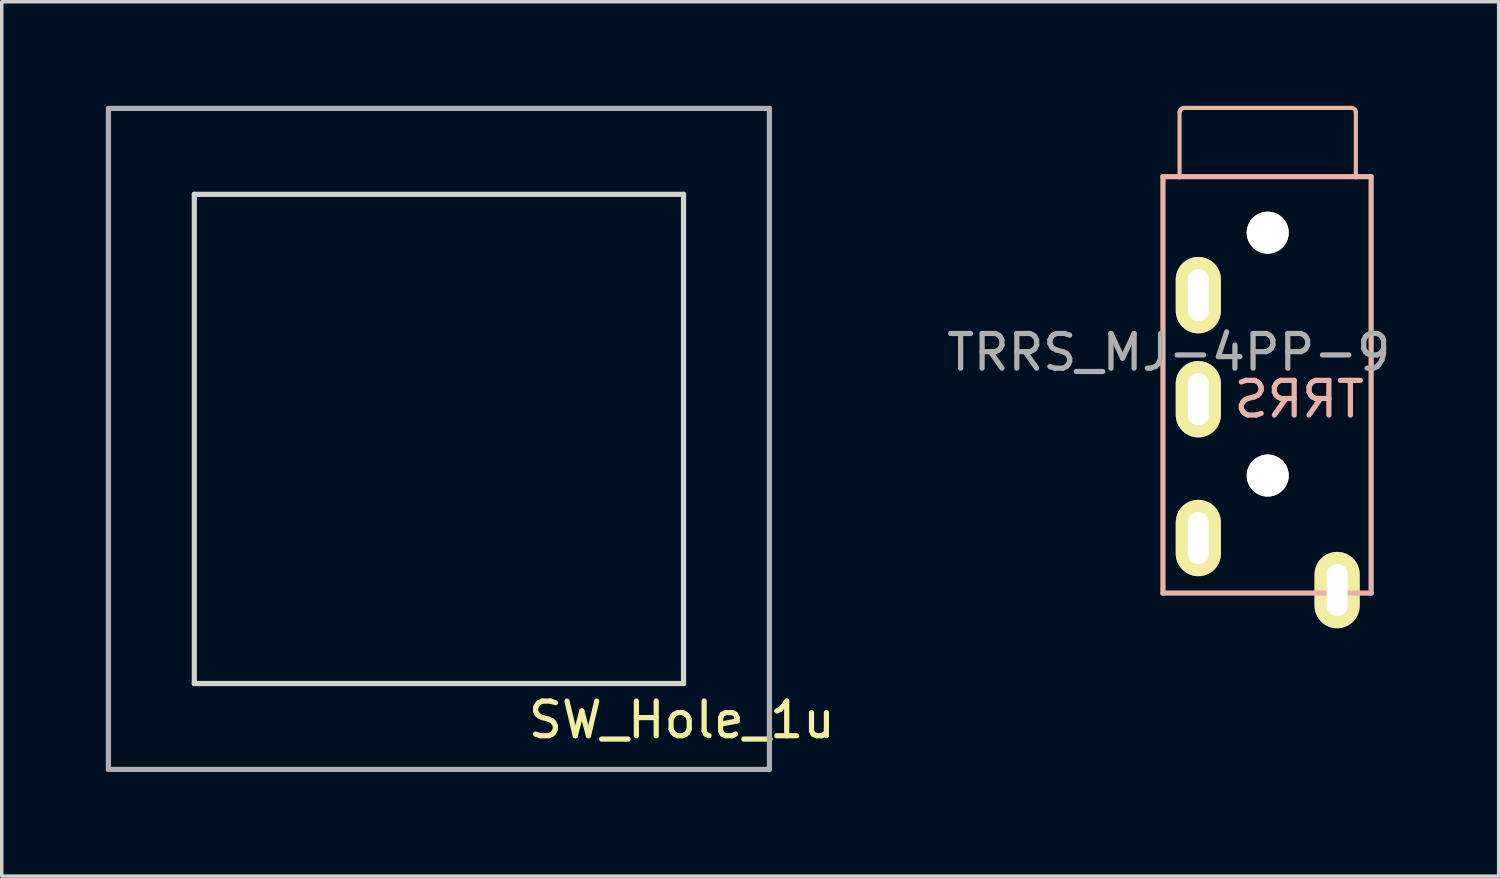
<source format=kicad_pcb>
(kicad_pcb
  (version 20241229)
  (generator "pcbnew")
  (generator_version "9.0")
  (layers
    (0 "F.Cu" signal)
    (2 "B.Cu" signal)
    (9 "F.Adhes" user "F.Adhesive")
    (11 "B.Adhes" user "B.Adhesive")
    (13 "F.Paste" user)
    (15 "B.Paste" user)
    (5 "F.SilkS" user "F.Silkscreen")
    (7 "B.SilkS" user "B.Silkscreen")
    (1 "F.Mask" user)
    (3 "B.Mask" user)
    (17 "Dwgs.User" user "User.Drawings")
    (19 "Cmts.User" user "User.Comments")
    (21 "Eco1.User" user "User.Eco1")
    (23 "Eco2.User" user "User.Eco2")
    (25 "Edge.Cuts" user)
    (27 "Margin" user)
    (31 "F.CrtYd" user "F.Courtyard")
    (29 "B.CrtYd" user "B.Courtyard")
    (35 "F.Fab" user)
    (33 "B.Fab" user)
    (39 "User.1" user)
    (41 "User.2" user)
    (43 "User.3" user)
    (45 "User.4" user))
  (footprint "SW_Hole_1u"
    (layer "F.Cu")
    (at 9.6 9.6)
    (property "Reference" "SW_Hole_1u" (at 7 8.1 0) (layer "F.SilkS") (effects (font (size 1 1) (thickness 0.15))))
    (attr through_hole)
    (fp_line (start -7.05 -7.05) (end 7.05 -7.05) (stroke (width 0.15) (type solid)) (layer "Edge.Cuts"))
    (fp_line (start -7.05 7.05) (end -7.05 -7.05) (stroke (width 0.15) (type solid)) (layer "Edge.Cuts"))
    (fp_line (start 7.05 -7.05) (end 7.05 7.05) (stroke (width 0.15) (type solid)) (layer "Edge.Cuts"))
    (fp_line (start 7.05 7.05) (end -7.05 7.05) (stroke (width 0.15) (type solid)) (layer "Edge.Cuts"))
    (fp_line (start -9.525 -9.525) (end -9.525 9.525) (stroke (width 0.15) (type solid)) (layer "F.Fab"))
    (fp_line (start -9.525 9.525) (end 9.525 9.525) (stroke (width 0.15) (type solid)) (layer "F.Fab"))
    (fp_line (start 9.525 -9.525) (end -9.525 -9.525) (stroke (width 0.15) (type solid)) (layer "F.Fab"))
    (fp_line (start 9.525 9.525) (end 9.525 -9.525) (stroke (width 0.15) (type solid)) (layer "F.Fab")))
  (footprint "TRRS_MJ-4PP-9"
    (layer "F.Cu")
    (at 33.486 8.156)
    (property "Reference" "TRRS_MJ-4PP-9" (at -2.85 -1.05 0) (layer "F.Fab") (effects (font (size 1 1) (thickness 0.15))))
    (attr through_hole)
    (fp_line (start -3.019 -6.114) (end 2.981 -6.114) (stroke (width 0.15) (type solid)) (layer "B.SilkS"))
    (fp_line (start -3.019 5.886) (end -3.019 -6.114) (stroke (width 0.15) (type solid)) (layer "B.SilkS"))
    (fp_line (start -2.54 -6.096) (end -2.54 -7.969) (stroke (width 0.12) (type solid)) (layer "B.SilkS"))
    (fp_line (start -2.413 -8.096) (end 2.413 -8.096) (stroke (width 0.12) (type solid)) (layer "B.SilkS"))
    (fp_line (start 2.54 -6.096) (end 2.54 -7.969) (stroke (width 0.12) (type solid)) (layer "B.SilkS"))
    (fp_line (start 2.981 -6.114) (end 2.981 5.886) (stroke (width 0.15) (type solid)) (layer "B.SilkS"))
    (fp_line (start 2.981 5.886) (end -3.019 5.886) (stroke (width 0.15) (type solid)) (layer "B.SilkS"))
    (fp_arc (start -2.54 -7.969) (mid -2.502803 -8.058803) (end -2.413 -8.096) (stroke (width 0.12) (type solid)) (layer "B.SilkS"))
    (fp_arc (start 2.413 -8.096) (mid 2.502803 -8.058803) (end 2.54 -7.969) (stroke (width 0.12) (type solid)) (layer "B.SilkS"))
    (fp_text user "TRRS" (at 0.906 0.3 0) (layer "B.SilkS") (effects (font (size 1 1) (thickness 0.15)) (justify mirror)))
    (pad "" np_thru_hole circle (at 0 -4.5) (size 1.21 1.21) (drill 1.2) (layers "*.Cu" "*.Mask" "F.SilkS"))
    (pad "" np_thru_hole circle (at 0 2.5) (size 1.21 1.21) (drill 1.2) (layers "*.Cu" "*.Mask" "F.SilkS"))
    (pad "A" thru_hole oval (at 2 5.8) (size 1.3 2.2) (drill oval 0.6 1.5) (layers "*.Cu" "*.Mask" "F.SilkS"))
    (pad "B" thru_hole oval (at -2 -2.7) (size 1.3 2.2) (drill oval 0.6 1.5) (layers "*.Cu" "*.Mask" "F.SilkS"))
    (pad "C" thru_hole oval (at -2 0.3) (size 1.3 2.2) (drill oval 0.6 1.5) (layers "*.Cu" "*.Mask" "F.SilkS"))
    (pad "D" thru_hole oval (at -2 4.3) (size 1.3 2.2) (drill oval 0.6 1.5) (layers "*.Cu" "*.Mask" "F.SilkS")))
  (gr_rect
    (start -3 -3)
    (end 40.142 22.2)
    (stroke (width 0.1) (type default))
    (fill no)
    (layer "Edge.Cuts")))
</source>
